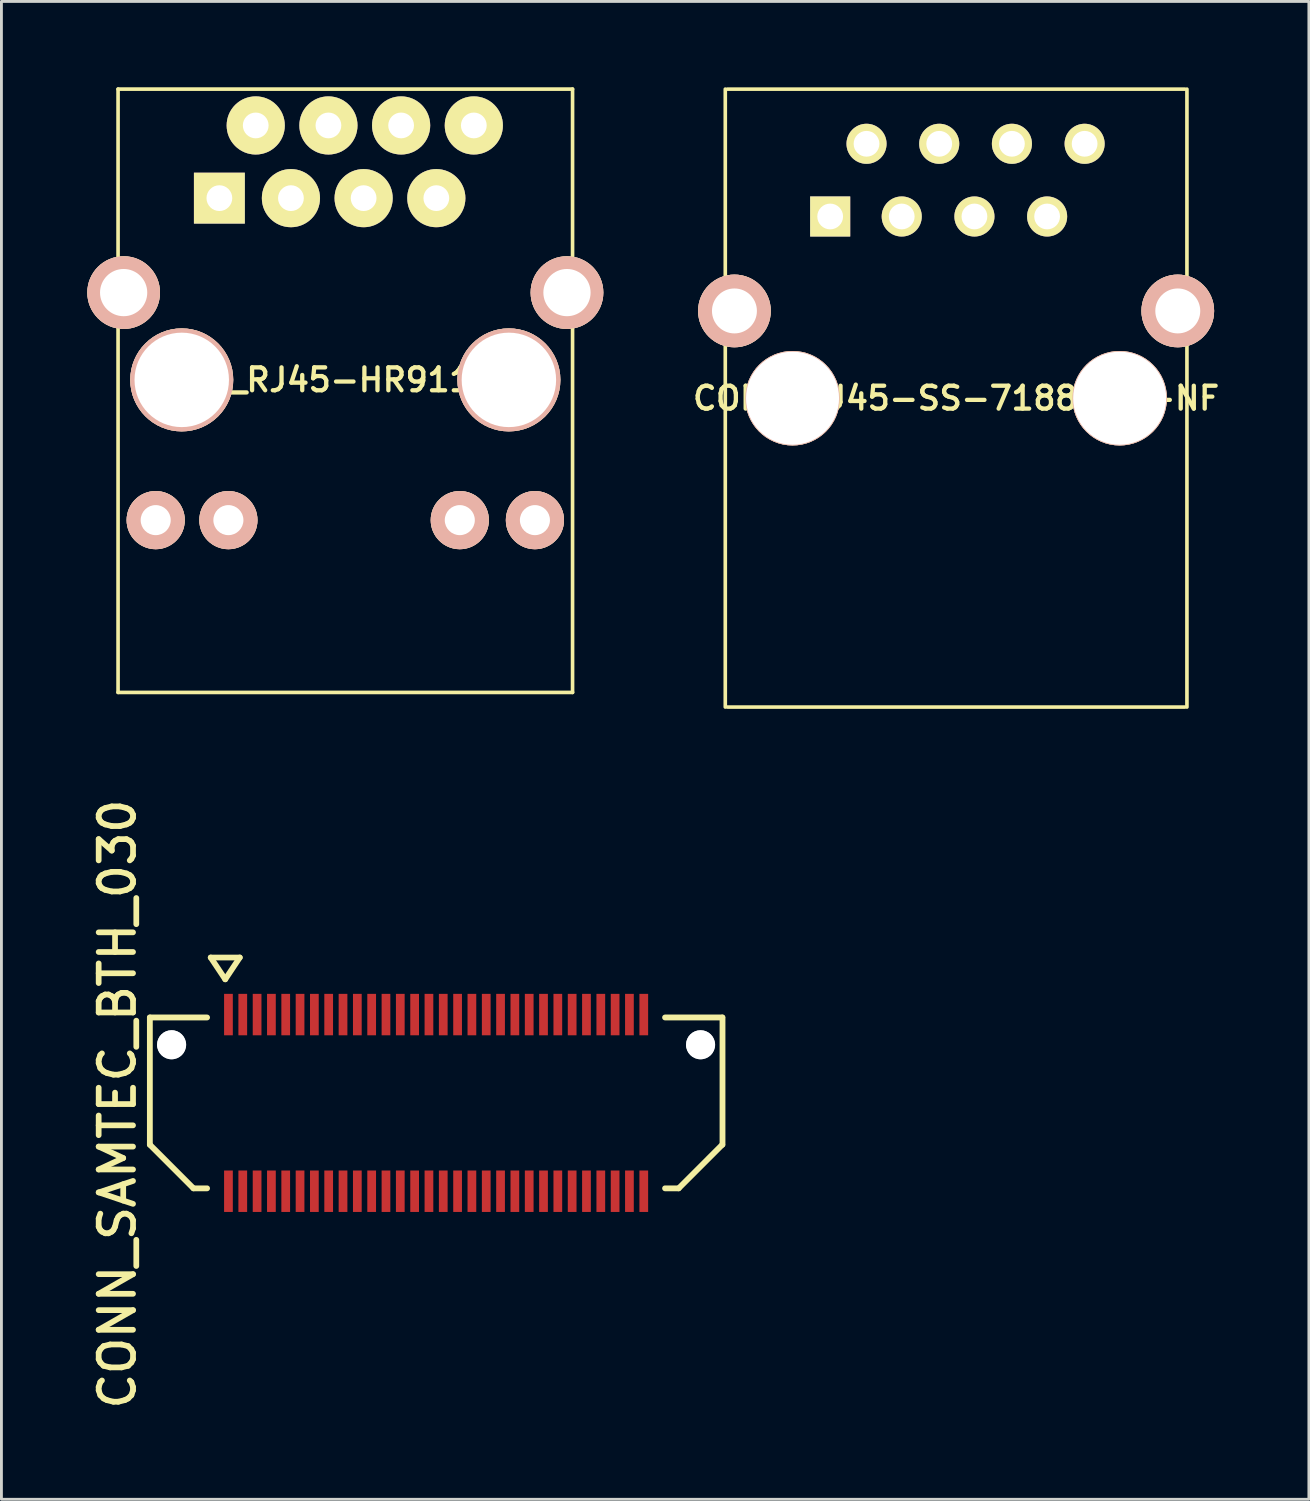
<source format=kicad_pcb>
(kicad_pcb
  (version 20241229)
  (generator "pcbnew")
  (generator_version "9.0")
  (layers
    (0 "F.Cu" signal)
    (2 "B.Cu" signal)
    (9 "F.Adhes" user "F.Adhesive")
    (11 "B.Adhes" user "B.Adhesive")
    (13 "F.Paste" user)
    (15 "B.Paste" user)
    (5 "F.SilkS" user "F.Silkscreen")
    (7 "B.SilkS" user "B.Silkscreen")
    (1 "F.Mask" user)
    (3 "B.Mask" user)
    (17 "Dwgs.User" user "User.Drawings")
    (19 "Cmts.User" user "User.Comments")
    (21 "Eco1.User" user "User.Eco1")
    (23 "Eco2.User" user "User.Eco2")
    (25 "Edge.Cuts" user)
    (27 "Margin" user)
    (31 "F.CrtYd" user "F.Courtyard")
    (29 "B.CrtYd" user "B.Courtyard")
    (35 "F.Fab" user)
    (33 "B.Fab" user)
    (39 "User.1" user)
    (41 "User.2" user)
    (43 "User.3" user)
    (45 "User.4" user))
  (footprint "CONN_SAMTEC_BTH_030"
    (layer "F.Cu")
    (at 12.186 35.485)
    (property "Reference" "CONN_SAMTEC_BTH_030" (at -11.133 0.041 90) (layer "F.SilkS") (effects (font (size 1.2 1.2) (thickness 0.2))))
    (attr smd)
    (fp_line (start -10 -2.985) (end -10 1.46) (stroke (width 0.203) (type solid)) (layer "F.SilkS"))
    (fp_line (start -10 1.46) (end -8.476 2.985) (stroke (width 0.203) (type solid)) (layer "F.SilkS"))
    (fp_line (start -8.001 -2.985) (end -10 -2.985) (stroke (width 0.203) (type solid)) (layer "F.SilkS"))
    (fp_line (start -8.001 2.985) (end -8.476 2.985) (stroke (width 0.203) (type solid)) (layer "F.SilkS"))
    (fp_line (start -7.874 -5.08) (end -6.858 -5.08) (stroke (width 0.2) (type solid)) (layer "F.SilkS"))
    (fp_line (start -7.366 -4.318) (end -7.874 -5.08) (stroke (width 0.2) (type solid)) (layer "F.SilkS"))
    (fp_line (start -6.858 -5.08) (end -7.366 -4.318) (stroke (width 0.2) (type solid)) (layer "F.SilkS"))
    (fp_line (start 8.001 -2.985) (end 10 -2.985) (stroke (width 0.203) (type solid)) (layer "F.SilkS"))
    (fp_line (start 8.001 2.985) (end 8.476 2.985) (stroke (width 0.203) (type solid)) (layer "F.SilkS"))
    (fp_line (start 10 1.46) (end 8.476 2.985) (stroke (width 0.203) (type solid)) (layer "F.SilkS"))
    (fp_line (start 10.008 -2.985) (end 10.008 1.46) (stroke (width 0.203) (type solid)) (layer "F.SilkS"))
    (pad "" np_thru_hole circle (at -9.241 -2.032) (size 1.016 1.016) (drill 1.016) (layers "*.Cu" "*.Mask" "Dwgs.User"))
    (pad "" np_thru_hole circle (at 9.241 -2.032) (size 1.016 1.016) (drill 1.016) (layers "*.Cu" "*.Mask" "Dwgs.User"))
    (pad "1" smd rect (at -7.254 -3.086 180) (size 0.305 1.448) (layers "F.Cu" "F.Mask" "F.Paste"))
    (pad "2" smd rect (at -7.254 3.086) (size 0.305 1.448) (layers "F.Cu" "F.Mask" "F.Paste"))
    (pad "3" smd rect (at -6.754 -3.086 180) (size 0.305 1.448) (layers "F.Cu" "F.Mask" "F.Paste"))
    (pad "4" smd rect (at -6.754 3.086) (size 0.305 1.448) (layers "F.Cu" "F.Mask" "F.Paste"))
    (pad "5" smd rect (at -6.253 -3.086 180) (size 0.305 1.448) (layers "F.Cu" "F.Mask" "F.Paste"))
    (pad "6" smd rect (at -6.253 3.086) (size 0.305 1.448) (layers "F.Cu" "F.Mask" "F.Paste"))
    (pad "7" smd rect (at -5.753 -3.086 180) (size 0.305 1.448) (layers "F.Cu" "F.Mask" "F.Paste"))
    (pad "8" smd rect (at -5.753 3.086) (size 0.305 1.448) (layers "F.Cu" "F.Mask" "F.Paste"))
    (pad "9" smd rect (at -5.253 -3.086 180) (size 0.305 1.448) (layers "F.Cu" "F.Mask" "F.Paste"))
    (pad "10" smd rect (at -5.253 3.086) (size 0.305 1.448) (layers "F.Cu" "F.Mask" "F.Paste"))
    (pad "11" smd rect (at -4.752 -3.086 180) (size 0.305 1.448) (layers "F.Cu" "F.Mask" "F.Paste"))
    (pad "12" smd rect (at -4.752 3.086) (size 0.305 1.448) (layers "F.Cu" "F.Mask" "F.Paste"))
    (pad "13" smd rect (at -4.252 -3.086 180) (size 0.305 1.448) (layers "F.Cu" "F.Mask" "F.Paste"))
    (pad "14" smd rect (at -4.252 3.086) (size 0.305 1.448) (layers "F.Cu" "F.Mask" "F.Paste"))
    (pad "15" smd rect (at -3.752 -3.086 180) (size 0.305 1.448) (layers "F.Cu" "F.Mask" "F.Paste"))
    (pad "16" smd rect (at -3.752 3.086) (size 0.305 1.448) (layers "F.Cu" "F.Mask" "F.Paste"))
    (pad "17" smd rect (at -3.251 -3.086 180) (size 0.305 1.448) (layers "F.Cu" "F.Mask" "F.Paste"))
    (pad "18" smd rect (at -3.251 3.086) (size 0.305 1.448) (layers "F.Cu" "F.Mask" "F.Paste"))
    (pad "19" smd rect (at -2.751 -3.086 180) (size 0.305 1.448) (layers "F.Cu" "F.Mask" "F.Paste"))
    (pad "20" smd rect (at -2.751 3.086) (size 0.305 1.448) (layers "F.Cu" "F.Mask" "F.Paste"))
    (pad "21" smd rect (at -2.25 -3.086 180) (size 0.305 1.448) (layers "F.Cu" "F.Mask" "F.Paste"))
    (pad "22" smd rect (at -2.25 3.086) (size 0.305 1.448) (layers "F.Cu" "F.Mask" "F.Paste"))
    (pad "23" smd rect (at -1.75 -3.086 180) (size 0.305 1.448) (layers "F.Cu" "F.Mask" "F.Paste"))
    (pad "24" smd rect (at -1.75 3.086) (size 0.305 1.448) (layers "F.Cu" "F.Mask" "F.Paste"))
    (pad "25" smd rect (at -1.25 -3.086 180) (size 0.305 1.448) (layers "F.Cu" "F.Mask" "F.Paste"))
    (pad "26" smd rect (at -1.25 3.086) (size 0.305 1.448) (layers "F.Cu" "F.Mask" "F.Paste"))
    (pad "27" smd rect (at -0.749 -3.086 180) (size 0.305 1.448) (layers "F.Cu" "F.Mask" "F.Paste"))
    (pad "28" smd rect (at -0.749 3.086) (size 0.305 1.448) (layers "F.Cu" "F.Mask" "F.Paste"))
    (pad "29" smd rect (at -0.249 -3.086 180) (size 0.305 1.448) (layers "F.Cu" "F.Mask" "F.Paste"))
    (pad "30" smd rect (at -0.249 3.086) (size 0.305 1.448) (layers "F.Cu" "F.Mask" "F.Paste"))
    (pad "31" smd rect (at 0.251 -3.086 180) (size 0.305 1.448) (layers "F.Cu" "F.Mask" "F.Paste"))
    (pad "32" smd rect (at 0.251 3.086) (size 0.305 1.448) (layers "F.Cu" "F.Mask" "F.Paste"))
    (pad "33" smd rect (at 0.752 -3.086 180) (size 0.305 1.448) (layers "F.Cu" "F.Mask" "F.Paste"))
    (pad "34" smd rect (at 0.752 3.086) (size 0.305 1.448) (layers "F.Cu" "F.Mask" "F.Paste"))
    (pad "35" smd rect (at 1.252 -3.086 180) (size 0.305 1.448) (layers "F.Cu" "F.Mask" "F.Paste"))
    (pad "36" smd rect (at 1.252 3.086) (size 0.305 1.448) (layers "F.Cu" "F.Mask" "F.Paste"))
    (pad "37" smd rect (at 1.753 -3.086 180) (size 0.305 1.448) (layers "F.Cu" "F.Mask" "F.Paste"))
    (pad "38" smd rect (at 1.753 3.086) (size 0.305 1.448) (layers "F.Cu" "F.Mask" "F.Paste"))
    (pad "39" smd rect (at 2.253 -3.086 180) (size 0.305 1.448) (layers "F.Cu" "F.Mask" "F.Paste"))
    (pad "40" smd rect (at 2.253 3.086) (size 0.305 1.448) (layers "F.Cu" "F.Mask" "F.Paste"))
    (pad "41" smd rect (at 2.753 -3.086 180) (size 0.305 1.448) (layers "F.Cu" "F.Mask" "F.Paste"))
    (pad "42" smd rect (at 2.753 3.086) (size 0.305 1.448) (layers "F.Cu" "F.Mask" "F.Paste"))
    (pad "43" smd rect (at 3.254 -3.086 180) (size 0.305 1.448) (layers "F.Cu" "F.Mask" "F.Paste"))
    (pad "44" smd rect (at 3.254 3.086) (size 0.305 1.448) (layers "F.Cu" "F.Mask" "F.Paste"))
    (pad "45" smd rect (at 3.754 -3.086 180) (size 0.305 1.448) (layers "F.Cu" "F.Mask" "F.Paste"))
    (pad "46" smd rect (at 3.754 3.086) (size 0.305 1.448) (layers "F.Cu" "F.Mask" "F.Paste"))
    (pad "47" smd rect (at 4.254 -3.086 180) (size 0.305 1.448) (layers "F.Cu" "F.Mask" "F.Paste"))
    (pad "48" smd rect (at 4.254 3.086) (size 0.305 1.448) (layers "F.Cu" "F.Mask" "F.Paste"))
    (pad "49" smd rect (at 4.755 -3.086 180) (size 0.305 1.448) (layers "F.Cu" "F.Mask" "F.Paste"))
    (pad "50" smd rect (at 4.755 3.086) (size 0.305 1.448) (layers "F.Cu" "F.Mask" "F.Paste"))
    (pad "51" smd rect (at 5.255 -3.086 180) (size 0.305 1.448) (layers "F.Cu" "F.Mask" "F.Paste"))
    (pad "52" smd rect (at 5.255 3.086) (size 0.305 1.448) (layers "F.Cu" "F.Mask" "F.Paste"))
    (pad "53" smd rect (at 5.756 -3.086 180) (size 0.305 1.448) (layers "F.Cu" "F.Mask" "F.Paste"))
    (pad "54" smd rect (at 5.756 3.086) (size 0.305 1.448) (layers "F.Cu" "F.Mask" "F.Paste"))
    (pad "55" smd rect (at 6.256 -3.086 180) (size 0.305 1.448) (layers "F.Cu" "F.Mask" "F.Paste"))
    (pad "56" smd rect (at 6.256 3.086) (size 0.305 1.448) (layers "F.Cu" "F.Mask" "F.Paste"))
    (pad "57" smd rect (at 6.756 -3.086 180) (size 0.305 1.448) (layers "F.Cu" "F.Mask" "F.Paste"))
    (pad "58" smd rect (at 6.756 3.086) (size 0.305 1.448) (layers "F.Cu" "F.Mask" "F.Paste"))
    (pad "59" smd rect (at 7.257 -3.086 180) (size 0.305 1.448) (layers "F.Cu" "F.Mask" "F.Paste"))
    (pad "60" smd rect (at 7.257 3.086) (size 0.305 1.448) (layers "F.Cu" "F.Mask" "F.Paste")))
  (footprint "CONN_RJ45-HR911105A"
    (layer "F.Cu")
    (at 9.015 10.223)
    (property "Reference" "CONN_RJ45-HR911105A" (at 0 0 0) (layer "F.SilkS") (effects (font (size 0.8 0.8) (thickness 0.15))))
    (attr through_hole)
    (fp_line (start -7.94 -10.16) (end -7.94 10.92) (stroke (width 0.127) (type solid)) (layer "F.SilkS"))
    (fp_line (start -7.94 10.92) (end 7.94 10.92) (stroke (width 0.127) (type solid)) (layer "F.SilkS"))
    (fp_line (start 7.94 -10.16) (end -7.94 -10.16) (stroke (width 0.127) (type solid)) (layer "F.SilkS"))
    (fp_line (start 7.94 10.92) (end 7.94 -10.16) (stroke (width 0.127) (type solid)) (layer "F.SilkS"))
    (pad "1" thru_hole rect (at -4.4 -6.35) (size 1.778 1.778) (drill 0.9) (layers "*.Cu" "*.Mask" "F.SilkS"))
    (pad "2" thru_hole circle (at -3.13 -8.89) (size 2.032 2.032) (drill 0.9) (layers "*.Cu" "*.Mask" "F.SilkS"))
    (pad "3" thru_hole circle (at -1.9 -6.35) (size 2.032 2.032) (drill 0.9) (layers "*.Cu" "*.Mask" "F.SilkS"))
    (pad "4" thru_hole circle (at -0.59 -8.89) (size 2.032 2.032) (drill 0.9) (layers "*.Cu" "*.Mask" "F.SilkS"))
    (pad "5" thru_hole circle (at 0.64 -6.35) (size 2.032 2.032) (drill 0.9) (layers "*.Cu" "*.Mask" "F.SilkS"))
    (pad "6" thru_hole circle (at 1.95 -8.89) (size 2.032 2.032) (drill 0.9) (layers "*.Cu" "*.Mask" "F.SilkS"))
    (pad "7" thru_hole circle (at 3.18 -6.35) (size 2.032 2.032) (drill 0.9) (layers "*.Cu" "*.Mask" "F.SilkS"))
    (pad "8" thru_hole circle (at 4.49 -8.89) (size 2.032 2.032) (drill 0.9) (layers "*.Cu" "*.Mask" "F.SilkS"))
    (pad "9" thru_hole circle (at -6.625 4.9) (size 2.032 2.032) (drill 1.05) (layers "*.Cu" "*.SilkS" "*.Mask"))
    (pad "10" thru_hole circle (at -4.085 4.9) (size 2.032 2.032) (drill 1.05) (layers "*.Cu" "*.SilkS" "*.Mask"))
    (pad "11" thru_hole circle (at 4 4.9) (size 2.032 2.032) (drill 1.05) (layers "*.Cu" "*.SilkS" "*.Mask"))
    (pad "12" thru_hole circle (at 6.625 4.9) (size 2.032 2.032) (drill 1.05) (layers "*.Cu" "*.SilkS" "*.Mask"))
    (pad "Hole" thru_hole circle (at -7.745 -3.05) (size 2.54 2.54) (drill 1.65) (layers "*.Cu" "*.SilkS" "*.Mask"))
    (pad "Hole" thru_hole circle (at -5.715 0) (size 3.599 3.599) (drill 3.3) (layers "*.Cu" "*.SilkS" "*.Mask"))
    (pad "Hole" thru_hole circle (at 5.715 0) (size 3.599 3.599) (drill 3.3) (layers "*.Cu" "*.SilkS" "*.Mask"))
    (pad "Hole" thru_hole circle (at 7.745 -3.05) (size 2.54 2.54) (drill 1.65) (layers "*.Cu" "*.SilkS" "*.Mask")))
  (footprint "CONN_RJ45-SS-7188S-A-NF"
    (layer "F.Cu")
    (at 30.356 10.864)
    (property "Reference" "CONN_RJ45-SS-7188S-A-NF" (at 0 0 0) (layer "F.SilkS") (effects (font (size 0.8 0.8) (thickness 0.15))))
    (attr through_hole)
    (fp_line (start -8.065 -10.8) (end -8.065 10.79) (stroke (width 0.127) (type solid)) (layer "F.SilkS"))
    (fp_line (start -7.99 10.79) (end 7.99 10.79) (stroke (width 0.127) (type solid)) (layer "F.SilkS"))
    (fp_line (start 7.99 -10.8) (end -7.99 -10.8) (stroke (width 0.127) (type solid)) (layer "F.SilkS"))
    (fp_line (start 8.065 10.79) (end 8.065 -10.8) (stroke (width 0.127) (type solid)) (layer "F.SilkS"))
    (pad "" thru_hole circle (at -5.715 0) (size 3.3 3.3) (drill 3.25) (layers "*.Cu" "*.SilkS" "*.Mask"))
    (pad "" thru_hole circle (at 5.715 0) (size 3.3 3.3) (drill 3.25) (layers "*.Cu" "*.SilkS" "*.Mask"))
    (pad "1" thru_hole rect (at -4.4 -6.35) (size 1.4 1.4) (drill 0.9) (layers "*.Cu" "*.Mask" "F.SilkS"))
    (pad "2" thru_hole circle (at -3.13 -8.89) (size 1.4 1.4) (drill 0.9) (layers "*.Cu" "*.Mask" "F.SilkS"))
    (pad "3" thru_hole circle (at -1.9 -6.35) (size 1.4 1.4) (drill 0.9) (layers "*.Cu" "*.Mask" "F.SilkS"))
    (pad "4" thru_hole circle (at -0.59 -8.89) (size 1.4 1.4) (drill 0.9) (layers "*.Cu" "*.Mask" "F.SilkS"))
    (pad "5" thru_hole circle (at 0.64 -6.35) (size 1.4 1.4) (drill 0.9) (layers "*.Cu" "*.Mask" "F.SilkS"))
    (pad "6" thru_hole circle (at 1.95 -8.89) (size 1.4 1.4) (drill 0.9) (layers "*.Cu" "*.Mask" "F.SilkS"))
    (pad "7" thru_hole circle (at 3.18 -6.35) (size 1.4 1.4) (drill 0.9) (layers "*.Cu" "*.Mask" "F.SilkS"))
    (pad "8" thru_hole circle (at 4.49 -8.89) (size 1.4 1.4) (drill 0.9) (layers "*.Cu" "*.Mask" "F.SilkS"))
    (pad "9" thru_hole circle (at -7.745 -3.05) (size 2.54 2.54) (drill 1.57) (layers "*.Cu" "*.SilkS" "*.Mask"))
    (pad "9" thru_hole circle (at 7.745 -3.05) (size 2.54 2.54) (drill 1.57) (layers "*.Cu" "*.SilkS" "*.Mask")))
  (gr_rect
    (start -3 -3)
    (end 42.682 49.334)
    (stroke (width 0.1) (type default))
    (fill no)
    (layer "Edge.Cuts")))
</source>
